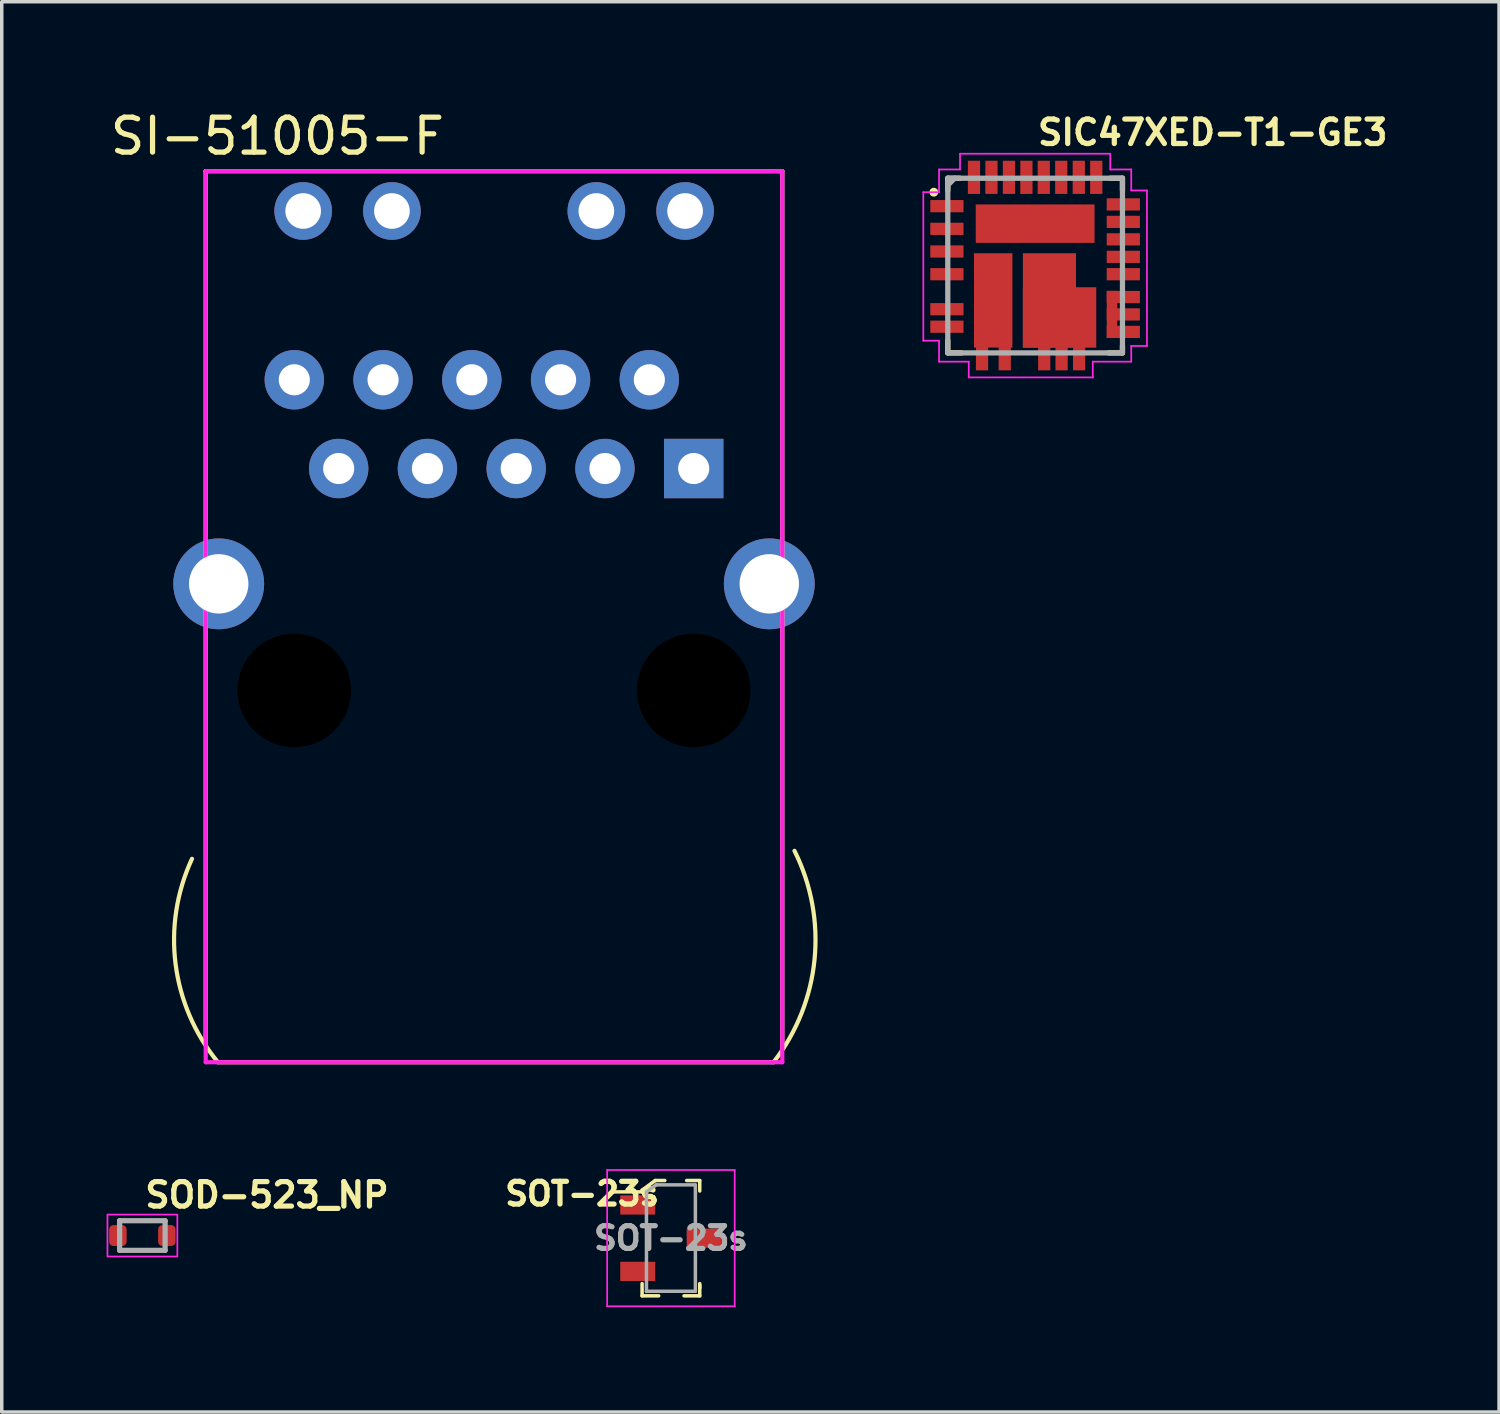
<source format=kicad_pcb>
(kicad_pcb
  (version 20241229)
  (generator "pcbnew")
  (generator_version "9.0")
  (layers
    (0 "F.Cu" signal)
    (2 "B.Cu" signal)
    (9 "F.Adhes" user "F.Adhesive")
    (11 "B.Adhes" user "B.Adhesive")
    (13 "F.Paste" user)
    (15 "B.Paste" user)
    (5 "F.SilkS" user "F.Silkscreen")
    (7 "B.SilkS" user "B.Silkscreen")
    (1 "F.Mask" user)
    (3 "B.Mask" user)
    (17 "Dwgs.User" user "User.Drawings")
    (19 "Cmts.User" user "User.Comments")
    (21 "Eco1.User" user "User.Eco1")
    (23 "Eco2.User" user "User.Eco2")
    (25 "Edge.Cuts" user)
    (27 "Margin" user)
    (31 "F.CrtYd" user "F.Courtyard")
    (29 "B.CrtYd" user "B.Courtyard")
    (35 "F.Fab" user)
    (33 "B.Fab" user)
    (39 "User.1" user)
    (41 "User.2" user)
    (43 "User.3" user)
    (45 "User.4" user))
  (footprint "SIC47XED-T1-GE3"
    (layer "F.Cu")
    (at 26.573 4.55)
    (property "Reference" "SIC47XED-T1-GE3" (at 0 -3.4 0) (layer "F.SilkS") (effects (font (size 0.7 0.7) (thickness 0.15)) (justify left bottom)))
    (attr smd)
    (fp_line (start -2.5 -2.5) (end -2.15 -2.5) (stroke (width 0.15) (type solid)) (layer "F.SilkS"))
    (fp_line (start -2.5 -2.15) (end -2.5 -2.5) (stroke (width 0.15) (type solid)) (layer "F.SilkS"))
    (fp_line (start -2.5 2.499) (end -2.5 2.148) (stroke (width 0.15) (type solid)) (layer "F.SilkS"))
    (fp_line (start -2.101 2.499) (end -2.5 2.499) (stroke (width 0.15) (type solid)) (layer "F.SilkS"))
    (fp_line (start 2.148 -2.5) (end 2.499 -2.5) (stroke (width 0.15) (type solid)) (layer "F.SilkS"))
    (fp_line (start 2.499 -2.5) (end 2.499 -2.15) (stroke (width 0.15) (type solid)) (layer "F.SilkS"))
    (fp_line (start 2.499 2.297) (end 2.499 2.499) (stroke (width 0.15) (type solid)) (layer "F.SilkS"))
    (fp_line (start 2.499 2.499) (end 2.1 2.499) (stroke (width 0.15) (type solid)) (layer "F.SilkS"))
    (fp_circle (center -2.9 -2.1) (end -2.849 -2.1) (stroke (width 0.15) (type solid)) (fill yes) (layer "F.SilkS"))
    (fp_poly (pts (xy -0.803 2.1) (xy -1.601 2.1) (xy -1.601 -0.203) (xy -0.803 -0.203)) (stroke (width 0.1) (type solid)) (fill yes) (layer "F.Paste"))
    (fp_poly (pts (xy -0.453 -0.75) (xy -1.601 -0.75) (xy -1.601 -1.651) (xy -0.453 -1.651)) (stroke (width 0.1) (type solid)) (fill yes) (layer "F.Paste"))
    (fp_poly (pts (xy 1.1 0.597) (xy -0.25 0.597) (xy -0.25 -0.25) (xy 1.1 -0.25)) (stroke (width 0.1) (type solid)) (fill yes) (layer "F.Paste"))
    (fp_poly (pts (xy 1.6 -0.75) (xy 0.45 -0.75) (xy 0.45 -1.651) (xy 1.6 -1.651)) (stroke (width 0.1) (type solid)) (fill yes) (layer "F.Paste"))
    (fp_poly (pts (xy 1.648 2.048) (xy -0.25 2.048) (xy -0.25 1.398) (xy 1.648 1.398)) (stroke (width 0.1) (type solid)) (fill yes) (layer "F.Paste"))
    (fp_line (start -3.2 -2.1) (end -3.2 2.15) (stroke (width 0.05) (type solid)) (layer "F.CrtYd"))
    (fp_line (start -3.2 2.15) (end -2.75 2.15) (stroke (width 0.05) (type solid)) (layer "F.CrtYd"))
    (fp_line (start -2.75 -2.75) (end -2.75 -2.1) (stroke (width 0.05) (type solid)) (layer "F.CrtYd"))
    (fp_line (start -2.75 -2.1) (end -3.2 -2.1) (stroke (width 0.05) (type solid)) (layer "F.CrtYd"))
    (fp_line (start -2.75 2.15) (end -2.75 2.75) (stroke (width 0.05) (type solid)) (layer "F.CrtYd"))
    (fp_line (start -2.75 2.75) (end -1.9 2.75) (stroke (width 0.05) (type solid)) (layer "F.CrtYd"))
    (fp_line (start -2.15 -3.2) (end -2.15 -2.75) (stroke (width 0.05) (type solid)) (layer "F.CrtYd"))
    (fp_line (start -2.15 -2.75) (end -2.75 -2.75) (stroke (width 0.05) (type solid)) (layer "F.CrtYd"))
    (fp_line (start -1.9 2.75) (end -1.9 3.2) (stroke (width 0.05) (type solid)) (layer "F.CrtYd"))
    (fp_line (start -1.9 3.2) (end 1.65 3.2) (stroke (width 0.05) (type solid)) (layer "F.CrtYd"))
    (fp_line (start 1.65 2.75) (end 2.75 2.75) (stroke (width 0.05) (type solid)) (layer "F.CrtYd"))
    (fp_line (start 1.65 3.2) (end 1.65 2.75) (stroke (width 0.05) (type solid)) (layer "F.CrtYd"))
    (fp_line (start 2.15 -3.2) (end -2.15 -3.2) (stroke (width 0.05) (type solid)) (layer "F.CrtYd"))
    (fp_line (start 2.15 -2.75) (end 2.15 -3.2) (stroke (width 0.05) (type solid)) (layer "F.CrtYd"))
    (fp_line (start 2.75 -2.75) (end 2.15 -2.75) (stroke (width 0.05) (type solid)) (layer "F.CrtYd"))
    (fp_line (start 2.75 -2.15) (end 2.75 -2.75) (stroke (width 0.05) (type solid)) (layer "F.CrtYd"))
    (fp_line (start 2.75 2.3) (end 3.2 2.3) (stroke (width 0.05) (type solid)) (layer "F.CrtYd"))
    (fp_line (start 2.75 2.75) (end 2.75 2.3) (stroke (width 0.05) (type solid)) (layer "F.CrtYd"))
    (fp_line (start 3.2 -2.15) (end 2.75 -2.15) (stroke (width 0.05) (type solid)) (layer "F.CrtYd"))
    (fp_line (start 3.2 2.3) (end 3.2 -2.15) (stroke (width 0.05) (type solid)) (layer "F.CrtYd"))
    (fp_line (start -2.5 -2.302) (end -2.302 -2.5) (stroke (width 0.15) (type solid)) (layer "F.Fab"))
    (fp_rect (start 2.499 2.499) (end -2.5 -2.5) (stroke (width 0.15) (type solid)) (fill no) (layer "F.Fab"))
    (fp_rect (start 2.499 2.499) (end -2.5 -2.5) (stroke (width 0.1) (type solid)) (fill no) (layer "User.5"))
    (pad "1" smd rect (at -2.525 -1.7) (size 0.95 0.35) (layers "F.Cu" "F.Mask" "F.Paste"))
    (pad "2" smd rect (at -2.525 -1.051) (size 0.95 0.35) (layers "F.Cu" "F.Mask" "F.Paste"))
    (pad "3" smd rect (at -2.525 -0.403) (size 0.95 0.35) (layers "F.Cu" "F.Mask" "F.Paste"))
    (pad "4" smd rect (at -2.525 0.247) (size 0.95 0.35) (layers "F.Cu" "F.Mask" "F.Paste"))
    (pad "5" smd rect (at -2.525 1.249) (size 0.95 0.35) (layers "F.Cu" "F.Mask" "F.Paste"))
    (pad "6" smd rect (at -2.525 1.749) (size 0.95 0.35) (layers "F.Cu" "F.Mask" "F.Paste"))
    (pad "7" smd rect (at -1.52 2.523) (size 0.35 0.95) (layers "F.Cu" "F.Mask" "F.Paste"))
    (pad "7" smd rect (at -1.2 0.997) (size 1.1 2.7) (layers "F.Cu" "F.Mask"))
    (pad "8" smd rect (at -0.87 2.523) (size 0.35 0.95) (layers "F.Cu" "F.Mask" "F.Paste"))
    (pad "9" smd rect (at 0.26 2.523) (size 0.35 0.95) (layers "F.Cu" "F.Mask" "F.Paste"))
    (pad "9" smd rect (at 0.409 0.997) (size 1.52 2.7) (layers "F.Cu" "F.Mask"))
    (pad "9" smd rect (at 0.699 1.485) (size 2.1 1.73) (layers "F.Cu" "F.Mask"))
    (pad "10" smd rect (at 0.757 2.523) (size 0.35 0.95) (layers "F.Cu" "F.Mask" "F.Paste"))
    (pad "11" smd rect (at 1.259 2.523) (size 0.35 0.95) (layers "F.Cu" "F.Mask" "F.Paste"))
    (pad "12" smd rect (at 2.523 1.898) (size 0.95 0.35) (layers "F.Cu" "F.Mask" "F.Paste"))
    (pad "13" smd rect (at 2.523 1.398) (size 0.95 0.35) (layers "F.Cu" "F.Mask" "F.Paste"))
    (pad "14" smd rect (at 2.2 1.398) (size 0.3 1.35) (layers "F.Cu" "F.Mask" "F.Paste"))
    (pad "14" smd rect (at 2.523 0.9) (size 0.95 0.35) (layers "F.Cu" "F.Mask" "F.Paste"))
    (pad "15" smd rect (at 2.523 0.247) (size 0.95 0.35) (layers "F.Cu" "F.Mask" "F.Paste"))
    (pad "16" smd rect (at 2.523 -0.25) (size 0.95 0.35) (layers "F.Cu" "F.Mask" "F.Paste"))
    (pad "17" smd rect (at 2.523 -0.75) (size 0.95 0.35) (layers "F.Cu" "F.Mask" "F.Paste"))
    (pad "18" smd rect (at 2.523 -1.25) (size 0.95 0.35) (layers "F.Cu" "F.Mask" "F.Paste"))
    (pad "19" smd rect (at 2.523 -1.75) (size 0.95 0.35) (layers "F.Cu" "F.Mask" "F.Paste"))
    (pad "20" smd rect (at 1.749 -2.525) (size 0.35 0.95) (layers "F.Cu" "F.Mask" "F.Paste"))
    (pad "21" smd rect (at 1.249 -2.525) (size 0.35 0.95) (layers "F.Cu" "F.Mask" "F.Paste"))
    (pad "22" smd rect (at 0.747 -2.525) (size 0.35 0.95) (layers "F.Cu" "F.Mask" "F.Paste"))
    (pad "23" smd rect (at 0.247 -2.525) (size 0.35 0.95) (layers "F.Cu" "F.Mask" "F.Paste"))
    (pad "24" smd rect (at -0.25 -2.525) (size 0.35 0.95) (layers "F.Cu" "F.Mask" "F.Paste"))
    (pad "25" smd rect (at -0.75 -2.525) (size 0.35 0.95) (layers "F.Cu" "F.Mask" "F.Paste"))
    (pad "26" smd rect (at -1.25 -2.525) (size 0.35 0.95) (layers "F.Cu" "F.Mask" "F.Paste"))
    (pad "27" smd rect (at -1.75 -2.525) (size 0.35 0.95) (layers "F.Cu" "F.Mask" "F.Paste"))
    (pad "28" smd rect (at 0 -1.2) (size 3.4 1.1) (layers "F.Cu" "F.Mask")))
  (footprint "SOD-523_NP"
    (layer "F.Cu")
    (at 1.025 32.308)
    (property "Reference" "SOD-523_NP" (at 0 -0.75 0) (layer "F.SilkS") (effects (font (size 0.7 0.7) (thickness 0.15)) (justify left bottom)))
    (attr smd)
    (fp_rect (start -1 -0.6) (end 1 0.6) (stroke (width 0.05) (type solid)) (fill no) (layer "F.CrtYd"))
    (fp_line (start -0.652 -0.425) (end 0.65 -0.425) (stroke (width 0.15) (type solid)) (layer "F.Fab"))
    (fp_line (start -0.652 0.423) (end -0.652 -0.425) (stroke (width 0.15) (type solid)) (layer "F.Fab"))
    (fp_line (start -0.652 0.423) (end 0.65 0.423) (stroke (width 0.15) (type solid)) (layer "F.Fab"))
    (fp_line (start 0.65 -0.425) (end 0.65 0.423) (stroke (width 0.15) (type solid)) (layer "F.Fab"))
    (fp_rect (start -0.85 -0.452) (end 0.848 0.45) (stroke (width 0.1) (type solid)) (fill no) (layer "User.5"))
    (fp_line (start -0.85 -0.176) (end -0.85 0.174) (stroke (width 0.02) (type solid)) (layer "User.9"))
    (fp_line (start -0.85 0.174) (end -0.652 0.174) (stroke (width 0.02) (type solid)) (layer "User.9"))
    (fp_line (start -0.652 -0.452) (end 0.65 -0.452) (stroke (width 0.02) (type solid)) (layer "User.9"))
    (fp_line (start -0.652 -0.176) (end -0.85 -0.176) (stroke (width 0.02) (type solid)) (layer "User.9"))
    (fp_line (start -0.652 -0.176) (end -0.652 -0.452) (stroke (width 0.02) (type solid)) (layer "User.9"))
    (fp_line (start -0.652 0.174) (end -0.652 -0.176) (stroke (width 0.02) (type solid)) (layer "User.9"))
    (fp_line (start -0.652 0.45) (end -0.652 0.174) (stroke (width 0.02) (type solid)) (layer "User.9"))
    (fp_line (start -0.603 -0.404) (end -0.652 -0.452) (stroke (width 0.02) (type solid)) (layer "User.9"))
    (fp_line (start -0.603 -0.404) (end -0.554 -0.353) (stroke (width 0.02) (type solid)) (layer "User.9"))
    (fp_line (start -0.603 0.402) (end -0.652 0.45) (stroke (width 0.02) (type solid)) (layer "User.9"))
    (fp_line (start -0.603 0.402) (end -0.554 0.351) (stroke (width 0.02) (type solid)) (layer "User.9"))
    (fp_line (start 0.552 -0.353) (end 0.601 -0.404) (stroke (width 0.02) (type solid)) (layer "User.9"))
    (fp_line (start 0.552 0.351) (end 0.601 0.402) (stroke (width 0.02) (type solid)) (layer "User.9"))
    (fp_line (start 0.65 -0.452) (end 0.601 -0.404) (stroke (width 0.02) (type solid)) (layer "User.9"))
    (fp_line (start 0.65 -0.452) (end 0.65 -0.176) (stroke (width 0.02) (type solid)) (layer "User.9"))
    (fp_line (start 0.65 -0.176) (end 0.65 0.174) (stroke (width 0.02) (type solid)) (layer "User.9"))
    (fp_line (start 0.65 0.174) (end 0.65 0.45) (stroke (width 0.02) (type solid)) (layer "User.9"))
    (fp_line (start 0.65 0.174) (end 0.848 0.174) (stroke (width 0.02) (type solid)) (layer "User.9"))
    (fp_line (start 0.65 0.45) (end -0.652 0.45) (stroke (width 0.02) (type solid)) (layer "User.9"))
    (fp_line (start 0.65 0.45) (end 0.601 0.402) (stroke (width 0.02) (type solid)) (layer "User.9"))
    (fp_line (start 0.848 -0.176) (end 0.65 -0.176) (stroke (width 0.02) (type solid)) (layer "User.9"))
    (fp_line (start 0.848 0.174) (end 0.848 -0.176) (stroke (width 0.02) (type solid)) (layer "User.9"))
    (pad "1" smd roundrect (at -0.701 0) (size 0.5 0.6) (layers "F.Cu" "F.Mask" "F.Paste") (roundrect_rratio 0.25))
    (pad "2" smd roundrect (at 0.699 0) (size 0.5 0.6) (layers "F.Cu" "F.Mask" "F.Paste") (roundrect_rratio 0.25)))
  (footprint "SI-51005-F"
    (layer "F.Cu")
    (at 11.087 9.848)
    (property "Reference" "SI-51005-F" (at -6.2 -9 0) (layer "F.SilkS") (effects (font (size 1 1) (thickness 0.15))))
    (attr through_hole)
    (fp_line (start -8.25 -8) (end -8.25 -8) (stroke (width 0.12) (type solid)) (layer "F.SilkS"))
    (fp_line (start -8.25 -8) (end 8.25 -8) (stroke (width 0.12) (type solid)) (layer "F.SilkS"))
    (fp_line (start -8.25 17) (end -8.25 -8) (stroke (width 0.12) (type solid)) (layer "F.SilkS"))
    (fp_line (start 8 17.5) (end -7.9 17.5) (stroke (width 0.12) (type solid)) (layer "F.SilkS"))
    (fp_line (start 8.25 -8) (end 8.25 17.1) (stroke (width 0.12) (type solid)) (layer "F.SilkS"))
    (fp_arc (start -7.9 17.5) (mid -9.111387 14.696952) (end -8.642777 11.679512) (stroke (width 0.12) (type solid)) (layer "F.SilkS"))
    (fp_arc (start 8.599018 11.450491) (mid 9.173131 14.561751) (end 7.999999 17.499999) (stroke (width 0.12) (type solid)) (layer "F.SilkS"))
    (fp_line (start -8.25 -8) (end 8.25 -8) (stroke (width 0.12) (type solid)) (layer "F.CrtYd"))
    (fp_line (start -8.25 17.5) (end -8.25 -8) (stroke (width 0.12) (type solid)) (layer "F.CrtYd"))
    (fp_line (start 8.25 -8) (end 8.25 17.5) (stroke (width 0.12) (type solid)) (layer "F.CrtYd"))
    (fp_line (start 8.25 17.5) (end -8.25 17.5) (stroke (width 0.12) (type solid)) (layer "F.CrtYd"))
    (pad "" np_thru_hole circle (at -5.715 6.86 180) (size 3.25 3.25) (drill 3.25) (layers "*.Mask"))
    (pad "" np_thru_hole circle (at 5.715 6.86 180) (size 3.25 3.25) (drill 3.25) (layers "*.Mask"))
    (pad "1" thru_hole rect (at 5.715 0.51 180) (size 1.7 1.7) (drill 0.89) (layers "*.Cu" "*.Mask"))
    (pad "2" thru_hole circle (at 4.445 -2.03 180) (size 1.7 1.7) (drill 0.89) (layers "*.Cu" "*.Mask"))
    (pad "3" thru_hole circle (at 3.175 0.51 180) (size 1.7 1.7) (drill 0.89) (layers "*.Cu" "*.Mask"))
    (pad "4" thru_hole circle (at 1.905 -2.03 180) (size 1.7 1.7) (drill 0.89) (layers "*.Cu" "*.Mask"))
    (pad "5" thru_hole circle (at 0.635 0.51 270) (size 1.7 1.7) (drill 0.89) (layers "*.Cu" "*.Mask"))
    (pad "6" thru_hole circle (at -0.635 -2.03 180) (size 1.7 1.7) (drill 0.89) (layers "*.Cu" "*.Mask"))
    (pad "7" thru_hole circle (at -1.905 0.51 180) (size 1.7 1.7) (drill 0.89) (layers "*.Cu" "*.Mask"))
    (pad "8" thru_hole circle (at -3.175 -2.03 180) (size 1.7 1.7) (drill 0.89) (layers "*.Cu" "*.Mask"))
    (pad "9" thru_hole circle (at -4.445 0.51 180) (size 1.7 1.7) (drill 0.89) (layers "*.Cu" "*.Mask"))
    (pad "10" thru_hole circle (at -5.715 -2.03 180) (size 1.7 1.7) (drill 0.89) (layers "*.Cu" "*.Mask"))
    (pad "11" thru_hole circle (at 5.469 -6.86 180) (size 1.65 1.65) (drill 1.02) (layers "*.Cu" "*.Mask"))
    (pad "12" thru_hole circle (at 2.929 -6.86 180) (size 1.65 1.65) (drill 1.02) (layers "*.Cu" "*.Mask"))
    (pad "13" thru_hole circle (at -2.921 -6.86 180) (size 1.65 1.65) (drill 1.02) (layers "*.Cu" "*.Mask"))
    (pad "14" thru_hole circle (at -5.461 -6.86 180) (size 1.65 1.65) (drill 1.02) (layers "*.Cu" "*.Mask"))
    (pad "S" thru_hole circle (at -7.878 3.81 180) (size 2.6 2.6) (drill 1.7) (layers "*.Cu" "*.Mask"))
    (pad "S" thru_hole circle (at 7.878 3.81 180) (size 2.6 2.6) (drill 1.7) (layers "*.Cu" "*.Mask")))
  (footprint "SOT-23s"
    (layer "F.Cu")
    (at 16.15 32.383)
    (property "Reference" "SOT-23s" (at -2.54 -1.27 0) (layer "F.SilkS") (effects (font (size 0.65 0.65) (thickness 0.15))))
    (attr smd)
    (fp_line (start -0.825 -1.375) (end -0.825 -1.325) (stroke (width 0.1) (type solid)) (layer "F.SilkS"))
    (fp_line (start -0.825 -1.325) (end -1.6 -1.325) (stroke (width 0.1) (type solid)) (layer "F.SilkS"))
    (fp_line (start -0.825 1.65) (end -0.825 1.3) (stroke (width 0.1) (type solid)) (layer "F.SilkS"))
    (fp_line (start -0.45 -1.65) (end -0.825 -1.375) (stroke (width 0.1) (type solid)) (layer "F.SilkS"))
    (fp_line (start -0.35 1.65) (end -0.825 1.65) (stroke (width 0.1) (type solid)) (layer "F.SilkS"))
    (fp_line (start -0.175 -1.65) (end -0.45 -1.65) (stroke (width 0.1) (type solid)) (layer "F.SilkS"))
    (fp_line (start 0.45 -1.65) (end 0.825 -1.65) (stroke (width 0.1) (type solid)) (layer "F.SilkS"))
    (fp_line (start 0.825 -1.65) (end 0.825 -1.35) (stroke (width 0.1) (type solid)) (layer "F.SilkS"))
    (fp_line (start 0.825 1.35) (end 0.825 1.65) (stroke (width 0.1) (type solid)) (layer "F.SilkS"))
    (fp_line (start 0.825 1.425) (end 0.825 1.3) (stroke (width 0.1) (type solid)) (layer "F.SilkS"))
    (fp_line (start 0.825 1.65) (end 0.375 1.65) (stroke (width 0.1) (type solid)) (layer "F.SilkS"))
    (fp_line (start -1.825 -1.95) (end -1.825 1.95) (stroke (width 0.05) (type solid)) (layer "F.CrtYd"))
    (fp_line (start -1.825 -1.95) (end 1.825 -1.95) (stroke (width 0.05) (type solid)) (layer "F.CrtYd"))
    (fp_line (start 1.825 -1.95) (end 1.825 1.95) (stroke (width 0.05) (type solid)) (layer "F.CrtYd"))
    (fp_line (start 1.825 1.95) (end -1.825 1.95) (stroke (width 0.05) (type solid)) (layer "F.CrtYd"))
    (fp_line (start -0.7 -1.325) (end -0.7 1.525) (stroke (width 0.1) (type solid)) (layer "F.Fab"))
    (fp_line (start -0.7 1.52) (end 0.7 1.52) (stroke (width 0.1) (type solid)) (layer "F.Fab"))
    (fp_line (start -0.425 -1.525) (end -0.7 -1.325) (stroke (width 0.1) (type solid)) (layer "F.Fab"))
    (fp_line (start -0.425 -1.525) (end 0.7 -1.525) (stroke (width 0.1) (type solid)) (layer "F.Fab"))
    (fp_line (start 0.7 1.52) (end 0.7 -1.52) (stroke (width 0.1) (type solid)) (layer "F.Fab"))
    (fp_text user "${REFERENCE}" (at 0 0 0) (layer "F.Fab") (effects (font (size 0.65 0.65) (thickness 0.15))))
    (pad "1" smd rect (at -0.95 -0.95 90) (size 0.55 1) (layers "F.Cu" "F.Mask" "F.Paste"))
    (pad "2" smd rect (at -0.95 0.95 90) (size 0.55 1) (layers "F.Cu" "F.Mask" "F.Paste"))
    (pad "3" smd rect (at 0.95 0 90) (size 0.55 1) (layers "F.Cu" "F.Mask" "F.Paste")))
  (gr_rect
    (start -3 -3)
    (end 39.849 37.358)
    (stroke (width 0.1) (type default))
    (fill no)
    (layer "Edge.Cuts")))
</source>
